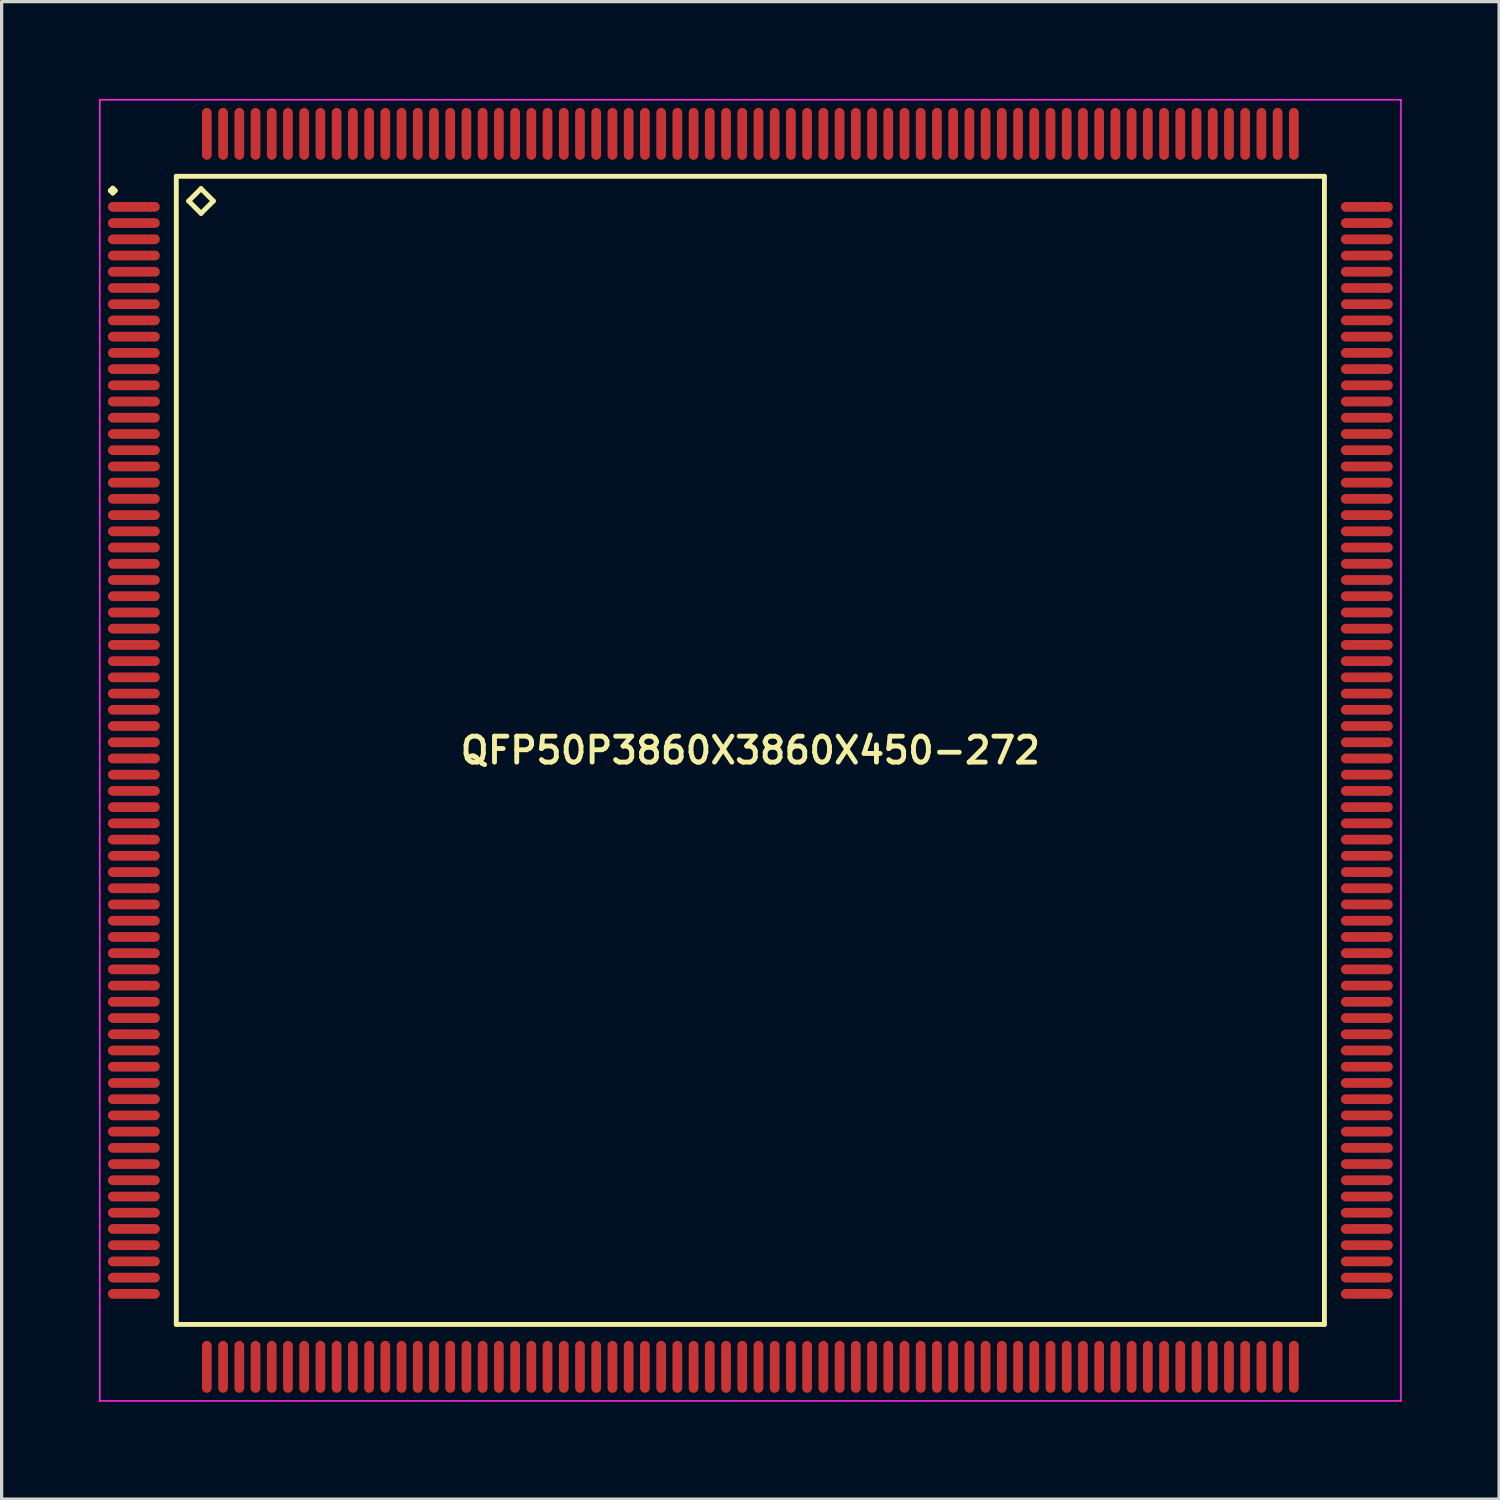
<source format=kicad_pcb>
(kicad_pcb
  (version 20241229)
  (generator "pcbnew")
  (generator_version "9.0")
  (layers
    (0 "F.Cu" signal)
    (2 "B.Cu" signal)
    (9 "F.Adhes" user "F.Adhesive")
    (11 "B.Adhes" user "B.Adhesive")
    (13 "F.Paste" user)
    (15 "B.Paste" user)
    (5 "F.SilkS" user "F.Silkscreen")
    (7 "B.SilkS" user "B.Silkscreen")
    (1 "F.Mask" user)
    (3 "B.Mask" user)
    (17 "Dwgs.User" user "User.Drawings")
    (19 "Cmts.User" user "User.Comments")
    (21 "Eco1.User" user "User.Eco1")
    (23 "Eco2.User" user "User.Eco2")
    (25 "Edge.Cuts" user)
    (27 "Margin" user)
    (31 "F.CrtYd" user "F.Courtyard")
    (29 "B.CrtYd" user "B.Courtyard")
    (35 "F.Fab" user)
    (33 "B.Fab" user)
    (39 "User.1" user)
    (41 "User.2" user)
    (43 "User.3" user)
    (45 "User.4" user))
  (footprint "QFP50P3860X3860X450-272"
    (layer "F.Cu")
    (at 20.075 20.075)
    (property "Reference" "QFP50P3860X3860X450-272" (at 0 0 0) (layer "F.SilkS") (effects (font (size 0.8 0.8) (thickness 0.15))))
    (attr smd)
    (fp_line (start -19.725 -17.25) (end -19.65 -17.325) (stroke (width 0.15) (type solid)) (layer "F.SilkS"))
    (fp_line (start -19.65 -17.325) (end -19.575 -17.25) (stroke (width 0.15) (type solid)) (layer "F.SilkS"))
    (fp_line (start -19.65 -17.175) (end -19.725 -17.25) (stroke (width 0.15) (type solid)) (layer "F.SilkS"))
    (fp_line (start -19.575 -17.25) (end -19.65 -17.175) (stroke (width 0.15) (type solid)) (layer "F.SilkS"))
    (fp_line (start -17.692 -17.692) (end -17.692 17.692) (stroke (width 0.15) (type solid)) (layer "F.SilkS"))
    (fp_line (start -17.692 17.692) (end 17.692 17.692) (stroke (width 0.15) (type solid)) (layer "F.SilkS"))
    (fp_line (start -17.311 -16.93) (end -16.93 -17.311) (stroke (width 0.15) (type solid)) (layer "F.SilkS"))
    (fp_line (start -16.93 -17.311) (end -16.549 -16.93) (stroke (width 0.15) (type solid)) (layer "F.SilkS"))
    (fp_line (start -16.93 -16.549) (end -17.311 -16.93) (stroke (width 0.15) (type solid)) (layer "F.SilkS"))
    (fp_line (start -16.549 -16.93) (end -16.93 -16.549) (stroke (width 0.15) (type solid)) (layer "F.SilkS"))
    (fp_line (start 17.692 -17.692) (end -17.692 -17.692) (stroke (width 0.15) (type solid)) (layer "F.SilkS"))
    (fp_line (start 17.692 17.692) (end 17.692 -17.692) (stroke (width 0.15) (type solid)) (layer "F.SilkS"))
    (fp_line (start -20.05 -20.05) (end 20.05 -20.05) (stroke (width 0.05) (type solid)) (layer "F.CrtYd"))
    (fp_line (start -20.05 20.05) (end -20.05 -20.05) (stroke (width 0.05) (type solid)) (layer "F.CrtYd"))
    (fp_line (start 20.05 -20.05) (end 20.05 20.05) (stroke (width 0.05) (type solid)) (layer "F.CrtYd"))
    (fp_line (start 20.05 20.05) (end -20.05 20.05) (stroke (width 0.05) (type solid)) (layer "F.CrtYd"))
    (pad "1" smd oval (at -19 -16.75) (size 1.6 0.3) (layers "F.Cu" "F.Mask" "F.Paste"))
    (pad "2" smd oval (at -19 -16.25) (size 1.6 0.3) (layers "F.Cu" "F.Mask" "F.Paste"))
    (pad "3" smd oval (at -19 -15.75) (size 1.6 0.3) (layers "F.Cu" "F.Mask" "F.Paste"))
    (pad "4" smd oval (at -19 -15.25) (size 1.6 0.3) (layers "F.Cu" "F.Mask" "F.Paste"))
    (pad "5" smd oval (at -19 -14.75) (size 1.6 0.3) (layers "F.Cu" "F.Mask" "F.Paste"))
    (pad "6" smd oval (at -19 -14.25) (size 1.6 0.3) (layers "F.Cu" "F.Mask" "F.Paste"))
    (pad "7" smd oval (at -19 -13.75) (size 1.6 0.3) (layers "F.Cu" "F.Mask" "F.Paste"))
    (pad "8" smd oval (at -19 -13.25) (size 1.6 0.3) (layers "F.Cu" "F.Mask" "F.Paste"))
    (pad "9" smd oval (at -19 -12.75) (size 1.6 0.3) (layers "F.Cu" "F.Mask" "F.Paste"))
    (pad "10" smd oval (at -19 -12.25) (size 1.6 0.3) (layers "F.Cu" "F.Mask" "F.Paste"))
    (pad "11" smd oval (at -19 -11.75) (size 1.6 0.3) (layers "F.Cu" "F.Mask" "F.Paste"))
    (pad "12" smd oval (at -19 -11.25) (size 1.6 0.3) (layers "F.Cu" "F.Mask" "F.Paste"))
    (pad "13" smd oval (at -19 -10.75) (size 1.6 0.3) (layers "F.Cu" "F.Mask" "F.Paste"))
    (pad "14" smd oval (at -19 -10.25) (size 1.6 0.3) (layers "F.Cu" "F.Mask" "F.Paste"))
    (pad "15" smd oval (at -19 -9.75) (size 1.6 0.3) (layers "F.Cu" "F.Mask" "F.Paste"))
    (pad "16" smd oval (at -19 -9.25) (size 1.6 0.3) (layers "F.Cu" "F.Mask" "F.Paste"))
    (pad "17" smd oval (at -19 -8.75) (size 1.6 0.3) (layers "F.Cu" "F.Mask" "F.Paste"))
    (pad "18" smd oval (at -19 -8.25) (size 1.6 0.3) (layers "F.Cu" "F.Mask" "F.Paste"))
    (pad "19" smd oval (at -19 -7.75) (size 1.6 0.3) (layers "F.Cu" "F.Mask" "F.Paste"))
    (pad "20" smd oval (at -19 -7.25) (size 1.6 0.3) (layers "F.Cu" "F.Mask" "F.Paste"))
    (pad "21" smd oval (at -19 -6.75) (size 1.6 0.3) (layers "F.Cu" "F.Mask" "F.Paste"))
    (pad "22" smd oval (at -19 -6.25) (size 1.6 0.3) (layers "F.Cu" "F.Mask" "F.Paste"))
    (pad "23" smd oval (at -19 -5.75) (size 1.6 0.3) (layers "F.Cu" "F.Mask" "F.Paste"))
    (pad "24" smd oval (at -19 -5.25) (size 1.6 0.3) (layers "F.Cu" "F.Mask" "F.Paste"))
    (pad "25" smd oval (at -19 -4.75) (size 1.6 0.3) (layers "F.Cu" "F.Mask" "F.Paste"))
    (pad "26" smd oval (at -19 -4.25) (size 1.6 0.3) (layers "F.Cu" "F.Mask" "F.Paste"))
    (pad "27" smd oval (at -19 -3.75) (size 1.6 0.3) (layers "F.Cu" "F.Mask" "F.Paste"))
    (pad "28" smd oval (at -19 -3.25) (size 1.6 0.3) (layers "F.Cu" "F.Mask" "F.Paste"))
    (pad "29" smd oval (at -19 -2.75) (size 1.6 0.3) (layers "F.Cu" "F.Mask" "F.Paste"))
    (pad "30" smd oval (at -19 -2.25) (size 1.6 0.3) (layers "F.Cu" "F.Mask" "F.Paste"))
    (pad "31" smd oval (at -19 -1.75) (size 1.6 0.3) (layers "F.Cu" "F.Mask" "F.Paste"))
    (pad "32" smd oval (at -19 -1.25) (size 1.6 0.3) (layers "F.Cu" "F.Mask" "F.Paste"))
    (pad "33" smd oval (at -19 -0.75) (size 1.6 0.3) (layers "F.Cu" "F.Mask" "F.Paste"))
    (pad "34" smd oval (at -19 -0.25) (size 1.6 0.3) (layers "F.Cu" "F.Mask" "F.Paste"))
    (pad "35" smd oval (at -19 0.25) (size 1.6 0.3) (layers "F.Cu" "F.Mask" "F.Paste"))
    (pad "36" smd oval (at -19 0.75) (size 1.6 0.3) (layers "F.Cu" "F.Mask" "F.Paste"))
    (pad "37" smd oval (at -19 1.25) (size 1.6 0.3) (layers "F.Cu" "F.Mask" "F.Paste"))
    (pad "38" smd oval (at -19 1.75) (size 1.6 0.3) (layers "F.Cu" "F.Mask" "F.Paste"))
    (pad "39" smd oval (at -19 2.25) (size 1.6 0.3) (layers "F.Cu" "F.Mask" "F.Paste"))
    (pad "40" smd oval (at -19 2.75) (size 1.6 0.3) (layers "F.Cu" "F.Mask" "F.Paste"))
    (pad "41" smd oval (at -19 3.25) (size 1.6 0.3) (layers "F.Cu" "F.Mask" "F.Paste"))
    (pad "42" smd oval (at -19 3.75) (size 1.6 0.3) (layers "F.Cu" "F.Mask" "F.Paste"))
    (pad "43" smd oval (at -19 4.25) (size 1.6 0.3) (layers "F.Cu" "F.Mask" "F.Paste"))
    (pad "44" smd oval (at -19 4.75) (size 1.6 0.3) (layers "F.Cu" "F.Mask" "F.Paste"))
    (pad "45" smd oval (at -19 5.25) (size 1.6 0.3) (layers "F.Cu" "F.Mask" "F.Paste"))
    (pad "46" smd oval (at -19 5.75) (size 1.6 0.3) (layers "F.Cu" "F.Mask" "F.Paste"))
    (pad "47" smd oval (at -19 6.25) (size 1.6 0.3) (layers "F.Cu" "F.Mask" "F.Paste"))
    (pad "48" smd oval (at -19 6.75) (size 1.6 0.3) (layers "F.Cu" "F.Mask" "F.Paste"))
    (pad "49" smd oval (at -19 7.25) (size 1.6 0.3) (layers "F.Cu" "F.Mask" "F.Paste"))
    (pad "50" smd oval (at -19 7.75) (size 1.6 0.3) (layers "F.Cu" "F.Mask" "F.Paste"))
    (pad "51" smd oval (at -19 8.25) (size 1.6 0.3) (layers "F.Cu" "F.Mask" "F.Paste"))
    (pad "52" smd oval (at -19 8.75) (size 1.6 0.3) (layers "F.Cu" "F.Mask" "F.Paste"))
    (pad "53" smd oval (at -19 9.25) (size 1.6 0.3) (layers "F.Cu" "F.Mask" "F.Paste"))
    (pad "54" smd oval (at -19 9.75) (size 1.6 0.3) (layers "F.Cu" "F.Mask" "F.Paste"))
    (pad "55" smd oval (at -19 10.25) (size 1.6 0.3) (layers "F.Cu" "F.Mask" "F.Paste"))
    (pad "56" smd oval (at -19 10.75) (size 1.6 0.3) (layers "F.Cu" "F.Mask" "F.Paste"))
    (pad "57" smd oval (at -19 11.25) (size 1.6 0.3) (layers "F.Cu" "F.Mask" "F.Paste"))
    (pad "58" smd oval (at -19 11.75) (size 1.6 0.3) (layers "F.Cu" "F.Mask" "F.Paste"))
    (pad "59" smd oval (at -19 12.25) (size 1.6 0.3) (layers "F.Cu" "F.Mask" "F.Paste"))
    (pad "60" smd oval (at -19 12.75) (size 1.6 0.3) (layers "F.Cu" "F.Mask" "F.Paste"))
    (pad "61" smd oval (at -19 13.25) (size 1.6 0.3) (layers "F.Cu" "F.Mask" "F.Paste"))
    (pad "62" smd oval (at -19 13.75) (size 1.6 0.3) (layers "F.Cu" "F.Mask" "F.Paste"))
    (pad "63" smd oval (at -19 14.25) (size 1.6 0.3) (layers "F.Cu" "F.Mask" "F.Paste"))
    (pad "64" smd oval (at -19 14.75) (size 1.6 0.3) (layers "F.Cu" "F.Mask" "F.Paste"))
    (pad "65" smd oval (at -19 15.25) (size 1.6 0.3) (layers "F.Cu" "F.Mask" "F.Paste"))
    (pad "66" smd oval (at -19 15.75) (size 1.6 0.3) (layers "F.Cu" "F.Mask" "F.Paste"))
    (pad "67" smd oval (at -19 16.25) (size 1.6 0.3) (layers "F.Cu" "F.Mask" "F.Paste"))
    (pad "68" smd oval (at -19 16.75) (size 1.6 0.3) (layers "F.Cu" "F.Mask" "F.Paste"))
    (pad "69" smd oval (at -16.75 19) (size 0.3 1.6) (layers "F.Cu" "F.Mask" "F.Paste"))
    (pad "70" smd oval (at -16.25 19) (size 0.3 1.6) (layers "F.Cu" "F.Mask" "F.Paste"))
    (pad "71" smd oval (at -15.75 19) (size 0.3 1.6) (layers "F.Cu" "F.Mask" "F.Paste"))
    (pad "72" smd oval (at -15.25 19) (size 0.3 1.6) (layers "F.Cu" "F.Mask" "F.Paste"))
    (pad "73" smd oval (at -14.75 19) (size 0.3 1.6) (layers "F.Cu" "F.Mask" "F.Paste"))
    (pad "74" smd oval (at -14.25 19) (size 0.3 1.6) (layers "F.Cu" "F.Mask" "F.Paste"))
    (pad "75" smd oval (at -13.75 19) (size 0.3 1.6) (layers "F.Cu" "F.Mask" "F.Paste"))
    (pad "76" smd oval (at -13.25 19) (size 0.3 1.6) (layers "F.Cu" "F.Mask" "F.Paste"))
    (pad "77" smd oval (at -12.75 19) (size 0.3 1.6) (layers "F.Cu" "F.Mask" "F.Paste"))
    (pad "78" smd oval (at -12.25 19) (size 0.3 1.6) (layers "F.Cu" "F.Mask" "F.Paste"))
    (pad "79" smd oval (at -11.75 19) (size 0.3 1.6) (layers "F.Cu" "F.Mask" "F.Paste"))
    (pad "80" smd oval (at -11.25 19) (size 0.3 1.6) (layers "F.Cu" "F.Mask" "F.Paste"))
    (pad "81" smd oval (at -10.75 19) (size 0.3 1.6) (layers "F.Cu" "F.Mask" "F.Paste"))
    (pad "82" smd oval (at -10.25 19) (size 0.3 1.6) (layers "F.Cu" "F.Mask" "F.Paste"))
    (pad "83" smd oval (at -9.75 19) (size 0.3 1.6) (layers "F.Cu" "F.Mask" "F.Paste"))
    (pad "84" smd oval (at -9.25 19) (size 0.3 1.6) (layers "F.Cu" "F.Mask" "F.Paste"))
    (pad "85" smd oval (at -8.75 19) (size 0.3 1.6) (layers "F.Cu" "F.Mask" "F.Paste"))
    (pad "86" smd oval (at -8.25 19) (size 0.3 1.6) (layers "F.Cu" "F.Mask" "F.Paste"))
    (pad "87" smd oval (at -7.75 19) (size 0.3 1.6) (layers "F.Cu" "F.Mask" "F.Paste"))
    (pad "88" smd oval (at -7.25 19) (size 0.3 1.6) (layers "F.Cu" "F.Mask" "F.Paste"))
    (pad "89" smd oval (at -6.75 19) (size 0.3 1.6) (layers "F.Cu" "F.Mask" "F.Paste"))
    (pad "90" smd oval (at -6.25 19) (size 0.3 1.6) (layers "F.Cu" "F.Mask" "F.Paste"))
    (pad "91" smd oval (at -5.75 19) (size 0.3 1.6) (layers "F.Cu" "F.Mask" "F.Paste"))
    (pad "92" smd oval (at -5.25 19) (size 0.3 1.6) (layers "F.Cu" "F.Mask" "F.Paste"))
    (pad "93" smd oval (at -4.75 19) (size 0.3 1.6) (layers "F.Cu" "F.Mask" "F.Paste"))
    (pad "94" smd oval (at -4.25 19) (size 0.3 1.6) (layers "F.Cu" "F.Mask" "F.Paste"))
    (pad "95" smd oval (at -3.75 19) (size 0.3 1.6) (layers "F.Cu" "F.Mask" "F.Paste"))
    (pad "96" smd oval (at -3.25 19) (size 0.3 1.6) (layers "F.Cu" "F.Mask" "F.Paste"))
    (pad "97" smd oval (at -2.75 19) (size 0.3 1.6) (layers "F.Cu" "F.Mask" "F.Paste"))
    (pad "98" smd oval (at -2.25 19) (size 0.3 1.6) (layers "F.Cu" "F.Mask" "F.Paste"))
    (pad "99" smd oval (at -1.75 19) (size 0.3 1.6) (layers "F.Cu" "F.Mask" "F.Paste"))
    (pad "100" smd oval (at -1.25 19) (size 0.3 1.6) (layers "F.Cu" "F.Mask" "F.Paste"))
    (pad "101" smd oval (at -0.75 19) (size 0.3 1.6) (layers "F.Cu" "F.Mask" "F.Paste"))
    (pad "102" smd oval (at -0.25 19) (size 0.3 1.6) (layers "F.Cu" "F.Mask" "F.Paste"))
    (pad "103" smd oval (at 0.25 19) (size 0.3 1.6) (layers "F.Cu" "F.Mask" "F.Paste"))
    (pad "104" smd oval (at 0.75 19) (size 0.3 1.6) (layers "F.Cu" "F.Mask" "F.Paste"))
    (pad "105" smd oval (at 1.25 19) (size 0.3 1.6) (layers "F.Cu" "F.Mask" "F.Paste"))
    (pad "106" smd oval (at 1.75 19) (size 0.3 1.6) (layers "F.Cu" "F.Mask" "F.Paste"))
    (pad "107" smd oval (at 2.25 19) (size 0.3 1.6) (layers "F.Cu" "F.Mask" "F.Paste"))
    (pad "108" smd oval (at 2.75 19) (size 0.3 1.6) (layers "F.Cu" "F.Mask" "F.Paste"))
    (pad "109" smd oval (at 3.25 19) (size 0.3 1.6) (layers "F.Cu" "F.Mask" "F.Paste"))
    (pad "110" smd oval (at 3.75 19) (size 0.3 1.6) (layers "F.Cu" "F.Mask" "F.Paste"))
    (pad "111" smd oval (at 4.25 19) (size 0.3 1.6) (layers "F.Cu" "F.Mask" "F.Paste"))
    (pad "112" smd oval (at 4.75 19) (size 0.3 1.6) (layers "F.Cu" "F.Mask" "F.Paste"))
    (pad "113" smd oval (at 5.25 19) (size 0.3 1.6) (layers "F.Cu" "F.Mask" "F.Paste"))
    (pad "114" smd oval (at 5.75 19) (size 0.3 1.6) (layers "F.Cu" "F.Mask" "F.Paste"))
    (pad "115" smd oval (at 6.25 19) (size 0.3 1.6) (layers "F.Cu" "F.Mask" "F.Paste"))
    (pad "116" smd oval (at 6.75 19) (size 0.3 1.6) (layers "F.Cu" "F.Mask" "F.Paste"))
    (pad "117" smd oval (at 7.25 19) (size 0.3 1.6) (layers "F.Cu" "F.Mask" "F.Paste"))
    (pad "118" smd oval (at 7.75 19) (size 0.3 1.6) (layers "F.Cu" "F.Mask" "F.Paste"))
    (pad "119" smd oval (at 8.25 19) (size 0.3 1.6) (layers "F.Cu" "F.Mask" "F.Paste"))
    (pad "120" smd oval (at 8.75 19) (size 0.3 1.6) (layers "F.Cu" "F.Mask" "F.Paste"))
    (pad "121" smd oval (at 9.25 19) (size 0.3 1.6) (layers "F.Cu" "F.Mask" "F.Paste"))
    (pad "122" smd oval (at 9.75 19) (size 0.3 1.6) (layers "F.Cu" "F.Mask" "F.Paste"))
    (pad "123" smd oval (at 10.25 19) (size 0.3 1.6) (layers "F.Cu" "F.Mask" "F.Paste"))
    (pad "124" smd oval (at 10.75 19) (size 0.3 1.6) (layers "F.Cu" "F.Mask" "F.Paste"))
    (pad "125" smd oval (at 11.25 19) (size 0.3 1.6) (layers "F.Cu" "F.Mask" "F.Paste"))
    (pad "126" smd oval (at 11.75 19) (size 0.3 1.6) (layers "F.Cu" "F.Mask" "F.Paste"))
    (pad "127" smd oval (at 12.25 19) (size 0.3 1.6) (layers "F.Cu" "F.Mask" "F.Paste"))
    (pad "128" smd oval (at 12.75 19) (size 0.3 1.6) (layers "F.Cu" "F.Mask" "F.Paste"))
    (pad "129" smd oval (at 13.25 19) (size 0.3 1.6) (layers "F.Cu" "F.Mask" "F.Paste"))
    (pad "130" smd oval (at 13.75 19) (size 0.3 1.6) (layers "F.Cu" "F.Mask" "F.Paste"))
    (pad "131" smd oval (at 14.25 19) (size 0.3 1.6) (layers "F.Cu" "F.Mask" "F.Paste"))
    (pad "132" smd oval (at 14.75 19) (size 0.3 1.6) (layers "F.Cu" "F.Mask" "F.Paste"))
    (pad "133" smd oval (at 15.25 19) (size 0.3 1.6) (layers "F.Cu" "F.Mask" "F.Paste"))
    (pad "134" smd oval (at 15.75 19) (size 0.3 1.6) (layers "F.Cu" "F.Mask" "F.Paste"))
    (pad "135" smd oval (at 16.25 19) (size 0.3 1.6) (layers "F.Cu" "F.Mask" "F.Paste"))
    (pad "136" smd oval (at 16.75 19) (size 0.3 1.6) (layers "F.Cu" "F.Mask" "F.Paste"))
    (pad "137" smd oval (at 19 16.75) (size 1.6 0.3) (layers "F.Cu" "F.Mask" "F.Paste"))
    (pad "138" smd oval (at 19 16.25) (size 1.6 0.3) (layers "F.Cu" "F.Mask" "F.Paste"))
    (pad "139" smd oval (at 19 15.75) (size 1.6 0.3) (layers "F.Cu" "F.Mask" "F.Paste"))
    (pad "140" smd oval (at 19 15.25) (size 1.6 0.3) (layers "F.Cu" "F.Mask" "F.Paste"))
    (pad "141" smd oval (at 19 14.75) (size 1.6 0.3) (layers "F.Cu" "F.Mask" "F.Paste"))
    (pad "142" smd oval (at 19 14.25) (size 1.6 0.3) (layers "F.Cu" "F.Mask" "F.Paste"))
    (pad "143" smd oval (at 19 13.75) (size 1.6 0.3) (layers "F.Cu" "F.Mask" "F.Paste"))
    (pad "144" smd oval (at 19 13.25) (size 1.6 0.3) (layers "F.Cu" "F.Mask" "F.Paste"))
    (pad "145" smd oval (at 19 12.75) (size 1.6 0.3) (layers "F.Cu" "F.Mask" "F.Paste"))
    (pad "146" smd oval (at 19 12.25) (size 1.6 0.3) (layers "F.Cu" "F.Mask" "F.Paste"))
    (pad "147" smd oval (at 19 11.75) (size 1.6 0.3) (layers "F.Cu" "F.Mask" "F.Paste"))
    (pad "148" smd oval (at 19 11.25) (size 1.6 0.3) (layers "F.Cu" "F.Mask" "F.Paste"))
    (pad "149" smd oval (at 19 10.75) (size 1.6 0.3) (layers "F.Cu" "F.Mask" "F.Paste"))
    (pad "150" smd oval (at 19 10.25) (size 1.6 0.3) (layers "F.Cu" "F.Mask" "F.Paste"))
    (pad "151" smd oval (at 19 9.75) (size 1.6 0.3) (layers "F.Cu" "F.Mask" "F.Paste"))
    (pad "152" smd oval (at 19 9.25) (size 1.6 0.3) (layers "F.Cu" "F.Mask" "F.Paste"))
    (pad "153" smd oval (at 19 8.75) (size 1.6 0.3) (layers "F.Cu" "F.Mask" "F.Paste"))
    (pad "154" smd oval (at 19 8.25) (size 1.6 0.3) (layers "F.Cu" "F.Mask" "F.Paste"))
    (pad "155" smd oval (at 19 7.75) (size 1.6 0.3) (layers "F.Cu" "F.Mask" "F.Paste"))
    (pad "156" smd oval (at 19 7.25) (size 1.6 0.3) (layers "F.Cu" "F.Mask" "F.Paste"))
    (pad "157" smd oval (at 19 6.75) (size 1.6 0.3) (layers "F.Cu" "F.Mask" "F.Paste"))
    (pad "158" smd oval (at 19 6.25) (size 1.6 0.3) (layers "F.Cu" "F.Mask" "F.Paste"))
    (pad "159" smd oval (at 19 5.75) (size 1.6 0.3) (layers "F.Cu" "F.Mask" "F.Paste"))
    (pad "160" smd oval (at 19 5.25) (size 1.6 0.3) (layers "F.Cu" "F.Mask" "F.Paste"))
    (pad "161" smd oval (at 19 4.75) (size 1.6 0.3) (layers "F.Cu" "F.Mask" "F.Paste"))
    (pad "162" smd oval (at 19 4.25) (size 1.6 0.3) (layers "F.Cu" "F.Mask" "F.Paste"))
    (pad "163" smd oval (at 19 3.75) (size 1.6 0.3) (layers "F.Cu" "F.Mask" "F.Paste"))
    (pad "164" smd oval (at 19 3.25) (size 1.6 0.3) (layers "F.Cu" "F.Mask" "F.Paste"))
    (pad "165" smd oval (at 19 2.75) (size 1.6 0.3) (layers "F.Cu" "F.Mask" "F.Paste"))
    (pad "166" smd oval (at 19 2.25) (size 1.6 0.3) (layers "F.Cu" "F.Mask" "F.Paste"))
    (pad "167" smd oval (at 19 1.75) (size 1.6 0.3) (layers "F.Cu" "F.Mask" "F.Paste"))
    (pad "168" smd oval (at 19 1.25) (size 1.6 0.3) (layers "F.Cu" "F.Mask" "F.Paste"))
    (pad "169" smd oval (at 19 0.75) (size 1.6 0.3) (layers "F.Cu" "F.Mask" "F.Paste"))
    (pad "170" smd oval (at 19 0.25) (size 1.6 0.3) (layers "F.Cu" "F.Mask" "F.Paste"))
    (pad "171" smd oval (at 19 -0.25) (size 1.6 0.3) (layers "F.Cu" "F.Mask" "F.Paste"))
    (pad "172" smd oval (at 19 -0.75) (size 1.6 0.3) (layers "F.Cu" "F.Mask" "F.Paste"))
    (pad "173" smd oval (at 19 -1.25) (size 1.6 0.3) (layers "F.Cu" "F.Mask" "F.Paste"))
    (pad "174" smd oval (at 19 -1.75) (size 1.6 0.3) (layers "F.Cu" "F.Mask" "F.Paste"))
    (pad "175" smd oval (at 19 -2.25) (size 1.6 0.3) (layers "F.Cu" "F.Mask" "F.Paste"))
    (pad "176" smd oval (at 19 -2.75) (size 1.6 0.3) (layers "F.Cu" "F.Mask" "F.Paste"))
    (pad "177" smd oval (at 19 -3.25) (size 1.6 0.3) (layers "F.Cu" "F.Mask" "F.Paste"))
    (pad "178" smd oval (at 19 -3.75) (size 1.6 0.3) (layers "F.Cu" "F.Mask" "F.Paste"))
    (pad "179" smd oval (at 19 -4.25) (size 1.6 0.3) (layers "F.Cu" "F.Mask" "F.Paste"))
    (pad "180" smd oval (at 19 -4.75) (size 1.6 0.3) (layers "F.Cu" "F.Mask" "F.Paste"))
    (pad "181" smd oval (at 19 -5.25) (size 1.6 0.3) (layers "F.Cu" "F.Mask" "F.Paste"))
    (pad "182" smd oval (at 19 -5.75) (size 1.6 0.3) (layers "F.Cu" "F.Mask" "F.Paste"))
    (pad "183" smd oval (at 19 -6.25) (size 1.6 0.3) (layers "F.Cu" "F.Mask" "F.Paste"))
    (pad "184" smd oval (at 19 -6.75) (size 1.6 0.3) (layers "F.Cu" "F.Mask" "F.Paste"))
    (pad "185" smd oval (at 19 -7.25) (size 1.6 0.3) (layers "F.Cu" "F.Mask" "F.Paste"))
    (pad "186" smd oval (at 19 -7.75) (size 1.6 0.3) (layers "F.Cu" "F.Mask" "F.Paste"))
    (pad "187" smd oval (at 19 -8.25) (size 1.6 0.3) (layers "F.Cu" "F.Mask" "F.Paste"))
    (pad "188" smd oval (at 19 -8.75) (size 1.6 0.3) (layers "F.Cu" "F.Mask" "F.Paste"))
    (pad "189" smd oval (at 19 -9.25) (size 1.6 0.3) (layers "F.Cu" "F.Mask" "F.Paste"))
    (pad "190" smd oval (at 19 -9.75) (size 1.6 0.3) (layers "F.Cu" "F.Mask" "F.Paste"))
    (pad "191" smd oval (at 19 -10.25) (size 1.6 0.3) (layers "F.Cu" "F.Mask" "F.Paste"))
    (pad "192" smd oval (at 19 -10.75) (size 1.6 0.3) (layers "F.Cu" "F.Mask" "F.Paste"))
    (pad "193" smd oval (at 19 -11.25) (size 1.6 0.3) (layers "F.Cu" "F.Mask" "F.Paste"))
    (pad "194" smd oval (at 19 -11.75) (size 1.6 0.3) (layers "F.Cu" "F.Mask" "F.Paste"))
    (pad "195" smd oval (at 19 -12.25) (size 1.6 0.3) (layers "F.Cu" "F.Mask" "F.Paste"))
    (pad "196" smd oval (at 19 -12.75) (size 1.6 0.3) (layers "F.Cu" "F.Mask" "F.Paste"))
    (pad "197" smd oval (at 19 -13.25) (size 1.6 0.3) (layers "F.Cu" "F.Mask" "F.Paste"))
    (pad "198" smd oval (at 19 -13.75) (size 1.6 0.3) (layers "F.Cu" "F.Mask" "F.Paste"))
    (pad "199" smd oval (at 19 -14.25) (size 1.6 0.3) (layers "F.Cu" "F.Mask" "F.Paste"))
    (pad "200" smd oval (at 19 -14.75) (size 1.6 0.3) (layers "F.Cu" "F.Mask" "F.Paste"))
    (pad "201" smd oval (at 19 -15.25) (size 1.6 0.3) (layers "F.Cu" "F.Mask" "F.Paste"))
    (pad "202" smd oval (at 19 -15.75) (size 1.6 0.3) (layers "F.Cu" "F.Mask" "F.Paste"))
    (pad "203" smd oval (at 19 -16.25) (size 1.6 0.3) (layers "F.Cu" "F.Mask" "F.Paste"))
    (pad "204" smd oval (at 19 -16.75) (size 1.6 0.3) (layers "F.Cu" "F.Mask" "F.Paste"))
    (pad "205" smd oval (at 16.75 -19) (size 0.3 1.6) (layers "F.Cu" "F.Mask" "F.Paste"))
    (pad "206" smd oval (at 16.25 -19) (size 0.3 1.6) (layers "F.Cu" "F.Mask" "F.Paste"))
    (pad "207" smd oval (at 15.75 -19) (size 0.3 1.6) (layers "F.Cu" "F.Mask" "F.Paste"))
    (pad "208" smd oval (at 15.25 -19) (size 0.3 1.6) (layers "F.Cu" "F.Mask" "F.Paste"))
    (pad "209" smd oval (at 14.75 -19) (size 0.3 1.6) (layers "F.Cu" "F.Mask" "F.Paste"))
    (pad "210" smd oval (at 14.25 -19) (size 0.3 1.6) (layers "F.Cu" "F.Mask" "F.Paste"))
    (pad "211" smd oval (at 13.75 -19) (size 0.3 1.6) (layers "F.Cu" "F.Mask" "F.Paste"))
    (pad "212" smd oval (at 13.25 -19) (size 0.3 1.6) (layers "F.Cu" "F.Mask" "F.Paste"))
    (pad "213" smd oval (at 12.75 -19) (size 0.3 1.6) (layers "F.Cu" "F.Mask" "F.Paste"))
    (pad "214" smd oval (at 12.25 -19) (size 0.3 1.6) (layers "F.Cu" "F.Mask" "F.Paste"))
    (pad "215" smd oval (at 11.75 -19) (size 0.3 1.6) (layers "F.Cu" "F.Mask" "F.Paste"))
    (pad "216" smd oval (at 11.25 -19) (size 0.3 1.6) (layers "F.Cu" "F.Mask" "F.Paste"))
    (pad "217" smd oval (at 10.75 -19) (size 0.3 1.6) (layers "F.Cu" "F.Mask" "F.Paste"))
    (pad "218" smd oval (at 10.25 -19) (size 0.3 1.6) (layers "F.Cu" "F.Mask" "F.Paste"))
    (pad "219" smd oval (at 9.75 -19) (size 0.3 1.6) (layers "F.Cu" "F.Mask" "F.Paste"))
    (pad "220" smd oval (at 9.25 -19) (size 0.3 1.6) (layers "F.Cu" "F.Mask" "F.Paste"))
    (pad "221" smd oval (at 8.75 -19) (size 0.3 1.6) (layers "F.Cu" "F.Mask" "F.Paste"))
    (pad "222" smd oval (at 8.25 -19) (size 0.3 1.6) (layers "F.Cu" "F.Mask" "F.Paste"))
    (pad "223" smd oval (at 7.75 -19) (size 0.3 1.6) (layers "F.Cu" "F.Mask" "F.Paste"))
    (pad "224" smd oval (at 7.25 -19) (size 0.3 1.6) (layers "F.Cu" "F.Mask" "F.Paste"))
    (pad "225" smd oval (at 6.75 -19) (size 0.3 1.6) (layers "F.Cu" "F.Mask" "F.Paste"))
    (pad "226" smd oval (at 6.25 -19) (size 0.3 1.6) (layers "F.Cu" "F.Mask" "F.Paste"))
    (pad "227" smd oval (at 5.75 -19) (size 0.3 1.6) (layers "F.Cu" "F.Mask" "F.Paste"))
    (pad "228" smd oval (at 5.25 -19) (size 0.3 1.6) (layers "F.Cu" "F.Mask" "F.Paste"))
    (pad "229" smd oval (at 4.75 -19) (size 0.3 1.6) (layers "F.Cu" "F.Mask" "F.Paste"))
    (pad "230" smd oval (at 4.25 -19) (size 0.3 1.6) (layers "F.Cu" "F.Mask" "F.Paste"))
    (pad "231" smd oval (at 3.75 -19) (size 0.3 1.6) (layers "F.Cu" "F.Mask" "F.Paste"))
    (pad "232" smd oval (at 3.25 -19) (size 0.3 1.6) (layers "F.Cu" "F.Mask" "F.Paste"))
    (pad "233" smd oval (at 2.75 -19) (size 0.3 1.6) (layers "F.Cu" "F.Mask" "F.Paste"))
    (pad "234" smd oval (at 2.25 -19) (size 0.3 1.6) (layers "F.Cu" "F.Mask" "F.Paste"))
    (pad "235" smd oval (at 1.75 -19) (size 0.3 1.6) (layers "F.Cu" "F.Mask" "F.Paste"))
    (pad "236" smd oval (at 1.25 -19) (size 0.3 1.6) (layers "F.Cu" "F.Mask" "F.Paste"))
    (pad "237" smd oval (at 0.75 -19) (size 0.3 1.6) (layers "F.Cu" "F.Mask" "F.Paste"))
    (pad "238" smd oval (at 0.25 -19) (size 0.3 1.6) (layers "F.Cu" "F.Mask" "F.Paste"))
    (pad "239" smd oval (at -0.25 -19) (size 0.3 1.6) (layers "F.Cu" "F.Mask" "F.Paste"))
    (pad "240" smd oval (at -0.75 -19) (size 0.3 1.6) (layers "F.Cu" "F.Mask" "F.Paste"))
    (pad "241" smd oval (at -1.25 -19) (size 0.3 1.6) (layers "F.Cu" "F.Mask" "F.Paste"))
    (pad "242" smd oval (at -1.75 -19) (size 0.3 1.6) (layers "F.Cu" "F.Mask" "F.Paste"))
    (pad "243" smd oval (at -2.25 -19) (size 0.3 1.6) (layers "F.Cu" "F.Mask" "F.Paste"))
    (pad "244" smd oval (at -2.75 -19) (size 0.3 1.6) (layers "F.Cu" "F.Mask" "F.Paste"))
    (pad "245" smd oval (at -3.25 -19) (size 0.3 1.6) (layers "F.Cu" "F.Mask" "F.Paste"))
    (pad "246" smd oval (at -3.75 -19) (size 0.3 1.6) (layers "F.Cu" "F.Mask" "F.Paste"))
    (pad "247" smd oval (at -4.25 -19) (size 0.3 1.6) (layers "F.Cu" "F.Mask" "F.Paste"))
    (pad "248" smd oval (at -4.75 -19) (size 0.3 1.6) (layers "F.Cu" "F.Mask" "F.Paste"))
    (pad "249" smd oval (at -5.25 -19) (size 0.3 1.6) (layers "F.Cu" "F.Mask" "F.Paste"))
    (pad "250" smd oval (at -5.75 -19) (size 0.3 1.6) (layers "F.Cu" "F.Mask" "F.Paste"))
    (pad "251" smd oval (at -6.25 -19) (size 0.3 1.6) (layers "F.Cu" "F.Mask" "F.Paste"))
    (pad "252" smd oval (at -6.75 -19) (size 0.3 1.6) (layers "F.Cu" "F.Mask" "F.Paste"))
    (pad "253" smd oval (at -7.25 -19) (size 0.3 1.6) (layers "F.Cu" "F.Mask" "F.Paste"))
    (pad "254" smd oval (at -7.75 -19) (size 0.3 1.6) (layers "F.Cu" "F.Mask" "F.Paste"))
    (pad "255" smd oval (at -8.25 -19) (size 0.3 1.6) (layers "F.Cu" "F.Mask" "F.Paste"))
    (pad "256" smd oval (at -8.75 -19) (size 0.3 1.6) (layers "F.Cu" "F.Mask" "F.Paste"))
    (pad "257" smd oval (at -9.25 -19) (size 0.3 1.6) (layers "F.Cu" "F.Mask" "F.Paste"))
    (pad "258" smd oval (at -9.75 -19) (size 0.3 1.6) (layers "F.Cu" "F.Mask" "F.Paste"))
    (pad "259" smd oval (at -10.25 -19) (size 0.3 1.6) (layers "F.Cu" "F.Mask" "F.Paste"))
    (pad "260" smd oval (at -10.75 -19) (size 0.3 1.6) (layers "F.Cu" "F.Mask" "F.Paste"))
    (pad "261" smd oval (at -11.25 -19) (size 0.3 1.6) (layers "F.Cu" "F.Mask" "F.Paste"))
    (pad "262" smd oval (at -11.75 -19) (size 0.3 1.6) (layers "F.Cu" "F.Mask" "F.Paste"))
    (pad "263" smd oval (at -12.25 -19) (size 0.3 1.6) (layers "F.Cu" "F.Mask" "F.Paste"))
    (pad "264" smd oval (at -12.75 -19) (size 0.3 1.6) (layers "F.Cu" "F.Mask" "F.Paste"))
    (pad "265" smd oval (at -13.25 -19) (size 0.3 1.6) (layers "F.Cu" "F.Mask" "F.Paste"))
    (pad "266" smd oval (at -13.75 -19) (size 0.3 1.6) (layers "F.Cu" "F.Mask" "F.Paste"))
    (pad "267" smd oval (at -14.25 -19) (size 0.3 1.6) (layers "F.Cu" "F.Mask" "F.Paste"))
    (pad "268" smd oval (at -14.75 -19) (size 0.3 1.6) (layers "F.Cu" "F.Mask" "F.Paste"))
    (pad "269" smd oval (at -15.25 -19) (size 0.3 1.6) (layers "F.Cu" "F.Mask" "F.Paste"))
    (pad "270" smd oval (at -15.75 -19) (size 0.3 1.6) (layers "F.Cu" "F.Mask" "F.Paste"))
    (pad "271" smd oval (at -16.25 -19) (size 0.3 1.6) (layers "F.Cu" "F.Mask" "F.Paste"))
    (pad "272" smd oval (at -16.75 -19) (size 0.3 1.6) (layers "F.Cu" "F.Mask" "F.Paste")))
  (gr_rect
    (start -3 -3)
    (end 43.15 43.15)
    (stroke (width 0.1) (type default))
    (fill no)
    (layer "Edge.Cuts")))
</source>
